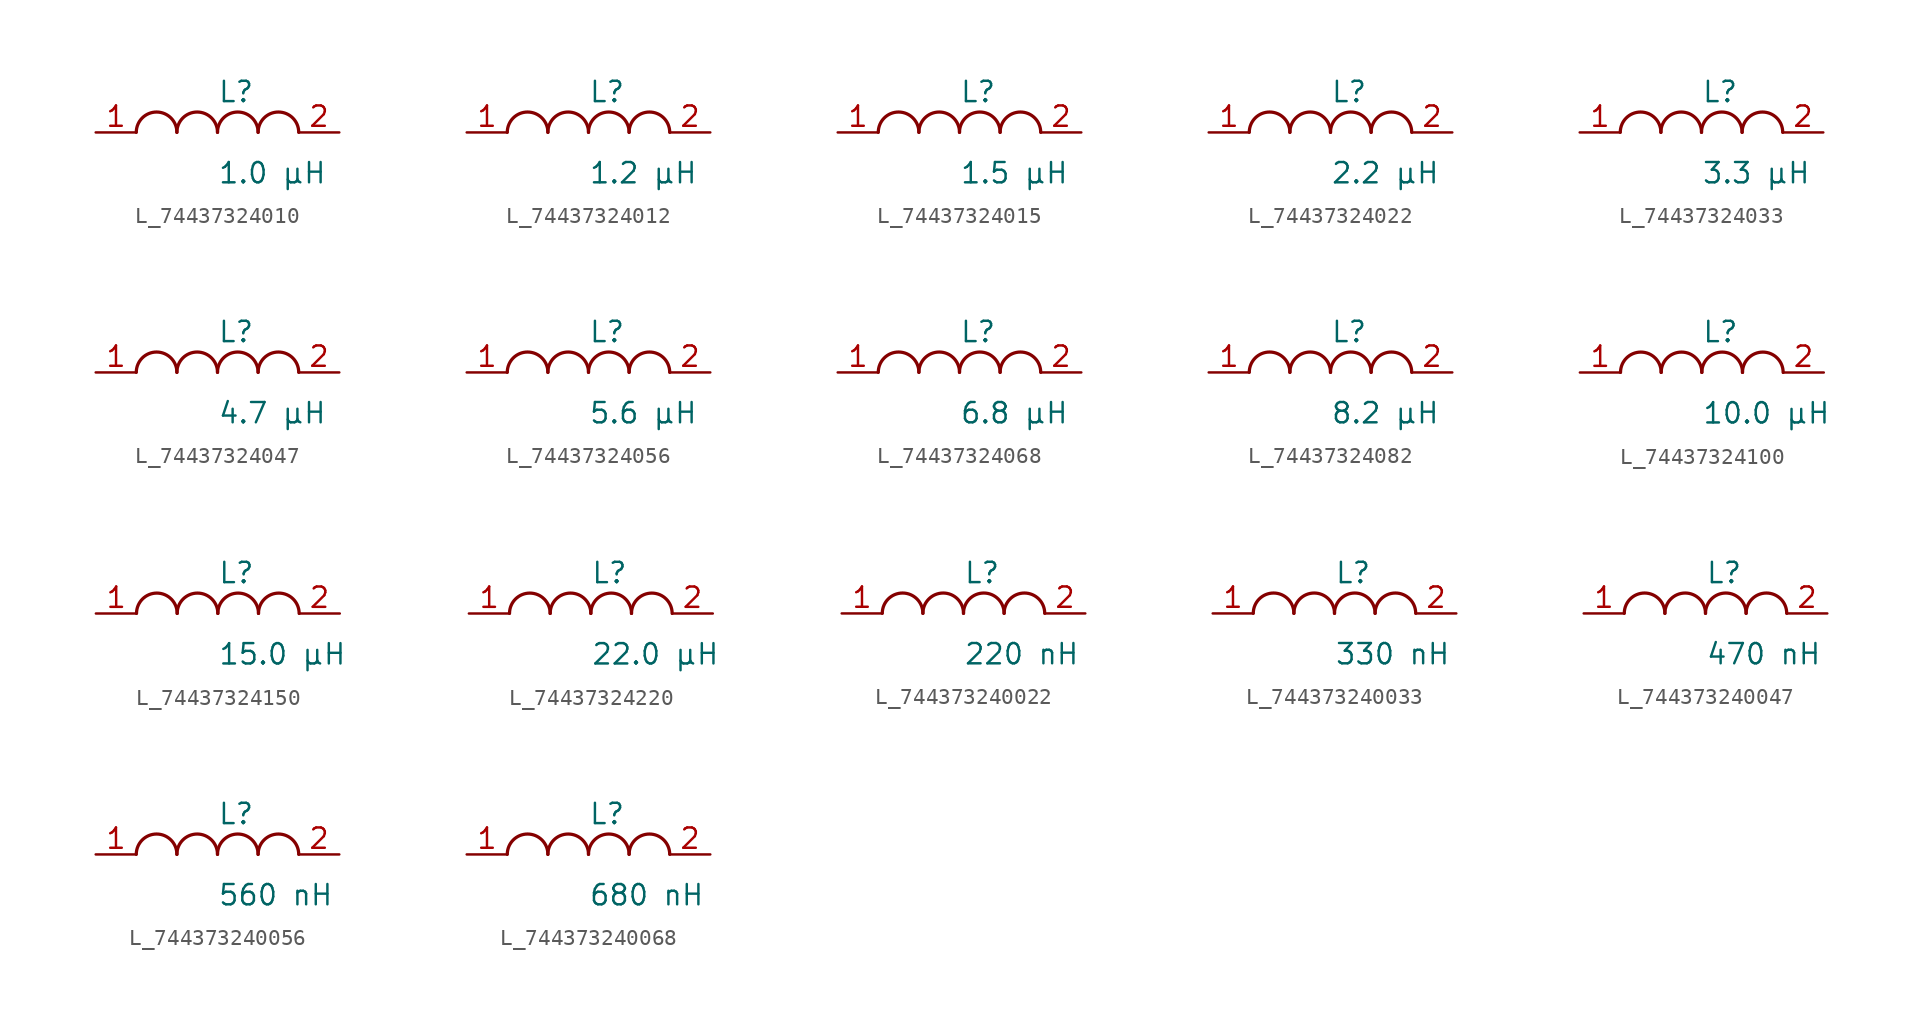
<source format=kicad_sym>
(kicad_symbol_lib
  (version 20231120)
  (generator kicad_symbol_editor)
  (generator_version 8.0)
  (symbol "L_74437324010"
    (pin_names
      (offset 0.254))
    (property "Reference" "L"
      (at 0 2.54 0)
      (effects (font (size 1.27 1.27)) (justify left)))
    (property "Value" "1.0 µH"
      (at 0 -2.54 0)
      (effects (font (size 1.27 1.27)) (justify left)))
    (symbol "L_74437324010_1_1"
      (arc (start -2.54 0.0056) (mid -3.81 1.27) (end -5.08 0.0056) (stroke (width 0.2032) (type default)) (fill (type none)))
      (arc (start 0 0.0056) (mid -1.27 1.27) (end -2.54 0.0056) (stroke (width 0.2032) (type default)) (fill (type none)))
      (arc (start 2.54 0.0056) (mid 1.27 1.27) (end 0 0.0056) (stroke (width 0.2032) (type default)) (fill (type none)))
      (arc (start 5.08 0.0056) (mid 3.81 1.27) (end 2.54 0.0056) (stroke (width 0.2032) (type default)) (fill (type none)))
      (pin unspecified line (at -7.62 0 0) (length 2.54) (name "" (effects (font (size 1.27 1.27)))) (number "1" (effects (font (size 1.27 1.27)))))
      (pin unspecified line (at 7.62 0 180) (length 2.54) (name "" (effects (font (size 1.27 1.27)))) (number "2" (effects (font (size 1.27 1.27)))))))
  (symbol "L_74437324012"
    (pin_names
      (offset 0.254))
    (property "Reference" "L"
      (at 0 2.54 0)
      (effects (font (size 1.27 1.27)) (justify left)))
    (property "Value" "1.2 µH"
      (at 0 -2.54 0)
      (effects (font (size 1.27 1.27)) (justify left)))
    (symbol "L_74437324012_1_1"
      (arc (start -2.54 0.0056) (mid -3.81 1.27) (end -5.08 0.0056) (stroke (width 0.2032) (type default)) (fill (type none)))
      (arc (start 0 0.0056) (mid -1.27 1.27) (end -2.54 0.0056) (stroke (width 0.2032) (type default)) (fill (type none)))
      (arc (start 2.54 0.0056) (mid 1.27 1.27) (end 0 0.0056) (stroke (width 0.2032) (type default)) (fill (type none)))
      (arc (start 5.08 0.0056) (mid 3.81 1.27) (end 2.54 0.0056) (stroke (width 0.2032) (type default)) (fill (type none)))
      (pin unspecified line (at -7.62 0 0) (length 2.54) (name "" (effects (font (size 1.27 1.27)))) (number "1" (effects (font (size 1.27 1.27)))))
      (pin unspecified line (at 7.62 0 180) (length 2.54) (name "" (effects (font (size 1.27 1.27)))) (number "2" (effects (font (size 1.27 1.27)))))))
  (symbol "L_74437324015"
    (pin_names
      (offset 0.254))
    (property "Reference" "L"
      (at 0 2.54 0)
      (effects (font (size 1.27 1.27)) (justify left)))
    (property "Value" "1.5 µH"
      (at 0 -2.54 0)
      (effects (font (size 1.27 1.27)) (justify left)))
    (symbol "L_74437324015_1_1"
      (arc (start -2.54 0.0056) (mid -3.81 1.27) (end -5.08 0.0056) (stroke (width 0.2032) (type default)) (fill (type none)))
      (arc (start 0 0.0056) (mid -1.27 1.27) (end -2.54 0.0056) (stroke (width 0.2032) (type default)) (fill (type none)))
      (arc (start 2.54 0.0056) (mid 1.27 1.27) (end 0 0.0056) (stroke (width 0.2032) (type default)) (fill (type none)))
      (arc (start 5.08 0.0056) (mid 3.81 1.27) (end 2.54 0.0056) (stroke (width 0.2032) (type default)) (fill (type none)))
      (pin unspecified line (at -7.62 0 0) (length 2.54) (name "" (effects (font (size 1.27 1.27)))) (number "1" (effects (font (size 1.27 1.27)))))
      (pin unspecified line (at 7.62 0 180) (length 2.54) (name "" (effects (font (size 1.27 1.27)))) (number "2" (effects (font (size 1.27 1.27)))))))
  (symbol "L_74437324022"
    (pin_names
      (offset 0.254))
    (property "Reference" "L"
      (at 0 2.54 0)
      (effects (font (size 1.27 1.27)) (justify left)))
    (property "Value" "2.2 µH"
      (at 0 -2.54 0)
      (effects (font (size 1.27 1.27)) (justify left)))
    (symbol "L_74437324022_1_1"
      (arc (start -2.54 0.0056) (mid -3.81 1.27) (end -5.08 0.0056) (stroke (width 0.2032) (type default)) (fill (type none)))
      (arc (start 0 0.0056) (mid -1.27 1.27) (end -2.54 0.0056) (stroke (width 0.2032) (type default)) (fill (type none)))
      (arc (start 2.54 0.0056) (mid 1.27 1.27) (end 0 0.0056) (stroke (width 0.2032) (type default)) (fill (type none)))
      (arc (start 5.08 0.0056) (mid 3.81 1.27) (end 2.54 0.0056) (stroke (width 0.2032) (type default)) (fill (type none)))
      (pin unspecified line (at -7.62 0 0) (length 2.54) (name "" (effects (font (size 1.27 1.27)))) (number "1" (effects (font (size 1.27 1.27)))))
      (pin unspecified line (at 7.62 0 180) (length 2.54) (name "" (effects (font (size 1.27 1.27)))) (number "2" (effects (font (size 1.27 1.27)))))))
  (symbol "L_74437324033"
    (pin_names
      (offset 0.254))
    (property "Reference" "L"
      (at 0 2.54 0)
      (effects (font (size 1.27 1.27)) (justify left)))
    (property "Value" "3.3 µH"
      (at 0 -2.54 0)
      (effects (font (size 1.27 1.27)) (justify left)))
    (symbol "L_74437324033_1_1"
      (arc (start -2.54 0.0056) (mid -3.81 1.27) (end -5.08 0.0056) (stroke (width 0.2032) (type default)) (fill (type none)))
      (arc (start 0 0.0056) (mid -1.27 1.27) (end -2.54 0.0056) (stroke (width 0.2032) (type default)) (fill (type none)))
      (arc (start 2.54 0.0056) (mid 1.27 1.27) (end 0 0.0056) (stroke (width 0.2032) (type default)) (fill (type none)))
      (arc (start 5.08 0.0056) (mid 3.81 1.27) (end 2.54 0.0056) (stroke (width 0.2032) (type default)) (fill (type none)))
      (pin unspecified line (at -7.62 0 0) (length 2.54) (name "" (effects (font (size 1.27 1.27)))) (number "1" (effects (font (size 1.27 1.27)))))
      (pin unspecified line (at 7.62 0 180) (length 2.54) (name "" (effects (font (size 1.27 1.27)))) (number "2" (effects (font (size 1.27 1.27)))))))
  (symbol "L_74437324047"
    (pin_names
      (offset 0.254))
    (property "Reference" "L"
      (at 0 2.54 0)
      (effects (font (size 1.27 1.27)) (justify left)))
    (property "Value" "4.7 µH"
      (at 0 -2.54 0)
      (effects (font (size 1.27 1.27)) (justify left)))
    (symbol "L_74437324047_1_1"
      (arc (start -2.54 0.0056) (mid -3.81 1.27) (end -5.08 0.0056) (stroke (width 0.2032) (type default)) (fill (type none)))
      (arc (start 0 0.0056) (mid -1.27 1.27) (end -2.54 0.0056) (stroke (width 0.2032) (type default)) (fill (type none)))
      (arc (start 2.54 0.0056) (mid 1.27 1.27) (end 0 0.0056) (stroke (width 0.2032) (type default)) (fill (type none)))
      (arc (start 5.08 0.0056) (mid 3.81 1.27) (end 2.54 0.0056) (stroke (width 0.2032) (type default)) (fill (type none)))
      (pin unspecified line (at -7.62 0 0) (length 2.54) (name "" (effects (font (size 1.27 1.27)))) (number "1" (effects (font (size 1.27 1.27)))))
      (pin unspecified line (at 7.62 0 180) (length 2.54) (name "" (effects (font (size 1.27 1.27)))) (number "2" (effects (font (size 1.27 1.27)))))))
  (symbol "L_74437324056"
    (pin_names
      (offset 0.254))
    (property "Reference" "L"
      (at 0 2.54 0)
      (effects (font (size 1.27 1.27)) (justify left)))
    (property "Value" "5.6 µH"
      (at 0 -2.54 0)
      (effects (font (size 1.27 1.27)) (justify left)))
    (symbol "L_74437324056_1_1"
      (arc (start -2.54 0.0056) (mid -3.81 1.27) (end -5.08 0.0056) (stroke (width 0.2032) (type default)) (fill (type none)))
      (arc (start 0 0.0056) (mid -1.27 1.27) (end -2.54 0.0056) (stroke (width 0.2032) (type default)) (fill (type none)))
      (arc (start 2.54 0.0056) (mid 1.27 1.27) (end 0 0.0056) (stroke (width 0.2032) (type default)) (fill (type none)))
      (arc (start 5.08 0.0056) (mid 3.81 1.27) (end 2.54 0.0056) (stroke (width 0.2032) (type default)) (fill (type none)))
      (pin unspecified line (at -7.62 0 0) (length 2.54) (name "" (effects (font (size 1.27 1.27)))) (number "1" (effects (font (size 1.27 1.27)))))
      (pin unspecified line (at 7.62 0 180) (length 2.54) (name "" (effects (font (size 1.27 1.27)))) (number "2" (effects (font (size 1.27 1.27)))))))
  (symbol "L_74437324068"
    (pin_names
      (offset 0.254))
    (property "Reference" "L"
      (at 0 2.54 0)
      (effects (font (size 1.27 1.27)) (justify left)))
    (property "Value" "6.8 µH"
      (at 0 -2.54 0)
      (effects (font (size 1.27 1.27)) (justify left)))
    (symbol "L_74437324068_1_1"
      (arc (start -2.54 0.0056) (mid -3.81 1.27) (end -5.08 0.0056) (stroke (width 0.2032) (type default)) (fill (type none)))
      (arc (start 0 0.0056) (mid -1.27 1.27) (end -2.54 0.0056) (stroke (width 0.2032) (type default)) (fill (type none)))
      (arc (start 2.54 0.0056) (mid 1.27 1.27) (end 0 0.0056) (stroke (width 0.2032) (type default)) (fill (type none)))
      (arc (start 5.08 0.0056) (mid 3.81 1.27) (end 2.54 0.0056) (stroke (width 0.2032) (type default)) (fill (type none)))
      (pin unspecified line (at -7.62 0 0) (length 2.54) (name "" (effects (font (size 1.27 1.27)))) (number "1" (effects (font (size 1.27 1.27)))))
      (pin unspecified line (at 7.62 0 180) (length 2.54) (name "" (effects (font (size 1.27 1.27)))) (number "2" (effects (font (size 1.27 1.27)))))))
  (symbol "L_74437324082"
    (pin_names
      (offset 0.254))
    (property "Reference" "L"
      (at 0 2.54 0)
      (effects (font (size 1.27 1.27)) (justify left)))
    (property "Value" "8.2 µH"
      (at 0 -2.54 0)
      (effects (font (size 1.27 1.27)) (justify left)))
    (symbol "L_74437324082_1_1"
      (arc (start -2.54 0.0056) (mid -3.81 1.27) (end -5.08 0.0056) (stroke (width 0.2032) (type default)) (fill (type none)))
      (arc (start 0 0.0056) (mid -1.27 1.27) (end -2.54 0.0056) (stroke (width 0.2032) (type default)) (fill (type none)))
      (arc (start 2.54 0.0056) (mid 1.27 1.27) (end 0 0.0056) (stroke (width 0.2032) (type default)) (fill (type none)))
      (arc (start 5.08 0.0056) (mid 3.81 1.27) (end 2.54 0.0056) (stroke (width 0.2032) (type default)) (fill (type none)))
      (pin unspecified line (at -7.62 0 0) (length 2.54) (name "" (effects (font (size 1.27 1.27)))) (number "1" (effects (font (size 1.27 1.27)))))
      (pin unspecified line (at 7.62 0 180) (length 2.54) (name "" (effects (font (size 1.27 1.27)))) (number "2" (effects (font (size 1.27 1.27)))))))
  (symbol "L_74437324100"
    (pin_names
      (offset 0.254))
    (property "Reference" "L"
      (at 0 2.54 0)
      (effects (font (size 1.27 1.27)) (justify left)))
    (property "Value" "10.0 µH"
      (at 0 -2.54 0)
      (effects (font (size 1.27 1.27)) (justify left)))
    (symbol "L_74437324100_1_1"
      (arc (start -2.54 0.0056) (mid -3.81 1.27) (end -5.08 0.0056) (stroke (width 0.2032) (type default)) (fill (type none)))
      (arc (start 0 0.0056) (mid -1.27 1.27) (end -2.54 0.0056) (stroke (width 0.2032) (type default)) (fill (type none)))
      (arc (start 2.54 0.0056) (mid 1.27 1.27) (end 0 0.0056) (stroke (width 0.2032) (type default)) (fill (type none)))
      (arc (start 5.08 0.0056) (mid 3.81 1.27) (end 2.54 0.0056) (stroke (width 0.2032) (type default)) (fill (type none)))
      (pin unspecified line (at -7.62 0 0) (length 2.54) (name "" (effects (font (size 1.27 1.27)))) (number "1" (effects (font (size 1.27 1.27)))))
      (pin unspecified line (at 7.62 0 180) (length 2.54) (name "" (effects (font (size 1.27 1.27)))) (number "2" (effects (font (size 1.27 1.27)))))))
  (symbol "L_74437324150"
    (pin_names
      (offset 0.254))
    (property "Reference" "L"
      (at 0 2.54 0)
      (effects (font (size 1.27 1.27)) (justify left)))
    (property "Value" "15.0 µH"
      (at 0 -2.54 0)
      (effects (font (size 1.27 1.27)) (justify left)))
    (symbol "L_74437324150_1_1"
      (arc (start -2.54 0.0056) (mid -3.81 1.27) (end -5.08 0.0056) (stroke (width 0.2032) (type default)) (fill (type none)))
      (arc (start 0 0.0056) (mid -1.27 1.27) (end -2.54 0.0056) (stroke (width 0.2032) (type default)) (fill (type none)))
      (arc (start 2.54 0.0056) (mid 1.27 1.27) (end 0 0.0056) (stroke (width 0.2032) (type default)) (fill (type none)))
      (arc (start 5.08 0.0056) (mid 3.81 1.27) (end 2.54 0.0056) (stroke (width 0.2032) (type default)) (fill (type none)))
      (pin unspecified line (at -7.62 0 0) (length 2.54) (name "" (effects (font (size 1.27 1.27)))) (number "1" (effects (font (size 1.27 1.27)))))
      (pin unspecified line (at 7.62 0 180) (length 2.54) (name "" (effects (font (size 1.27 1.27)))) (number "2" (effects (font (size 1.27 1.27)))))))
  (symbol "L_74437324220"
    (pin_names
      (offset 0.254))
    (property "Reference" "L"
      (at 0 2.54 0)
      (effects (font (size 1.27 1.27)) (justify left)))
    (property "Value" "22.0 µH"
      (at 0 -2.54 0)
      (effects (font (size 1.27 1.27)) (justify left)))
    (symbol "L_74437324220_1_1"
      (arc (start -2.54 0.0056) (mid -3.81 1.27) (end -5.08 0.0056) (stroke (width 0.2032) (type default)) (fill (type none)))
      (arc (start 0 0.0056) (mid -1.27 1.27) (end -2.54 0.0056) (stroke (width 0.2032) (type default)) (fill (type none)))
      (arc (start 2.54 0.0056) (mid 1.27 1.27) (end 0 0.0056) (stroke (width 0.2032) (type default)) (fill (type none)))
      (arc (start 5.08 0.0056) (mid 3.81 1.27) (end 2.54 0.0056) (stroke (width 0.2032) (type default)) (fill (type none)))
      (pin unspecified line (at -7.62 0 0) (length 2.54) (name "" (effects (font (size 1.27 1.27)))) (number "1" (effects (font (size 1.27 1.27)))))
      (pin unspecified line (at 7.62 0 180) (length 2.54) (name "" (effects (font (size 1.27 1.27)))) (number "2" (effects (font (size 1.27 1.27)))))))
  (symbol "L_744373240022"
    (pin_names
      (offset 0.254))
    (property "Reference" "L"
      (at 0 2.54 0)
      (effects (font (size 1.27 1.27)) (justify left)))
    (property "Value" "220 nH"
      (at 0 -2.54 0)
      (effects (font (size 1.27 1.27)) (justify left)))
    (symbol "L_744373240022_1_1"
      (arc (start -2.54 0.0056) (mid -3.81 1.27) (end -5.08 0.0056) (stroke (width 0.2032) (type default)) (fill (type none)))
      (arc (start 0 0.0056) (mid -1.27 1.27) (end -2.54 0.0056) (stroke (width 0.2032) (type default)) (fill (type none)))
      (arc (start 2.54 0.0056) (mid 1.27 1.27) (end 0 0.0056) (stroke (width 0.2032) (type default)) (fill (type none)))
      (arc (start 5.08 0.0056) (mid 3.81 1.27) (end 2.54 0.0056) (stroke (width 0.2032) (type default)) (fill (type none)))
      (pin unspecified line (at -7.62 0 0) (length 2.54) (name "" (effects (font (size 1.27 1.27)))) (number "1" (effects (font (size 1.27 1.27)))))
      (pin unspecified line (at 7.62 0 180) (length 2.54) (name "" (effects (font (size 1.27 1.27)))) (number "2" (effects (font (size 1.27 1.27)))))))
  (symbol "L_744373240033"
    (pin_names
      (offset 0.254))
    (property "Reference" "L"
      (at 0 2.54 0)
      (effects (font (size 1.27 1.27)) (justify left)))
    (property "Value" "330 nH"
      (at 0 -2.54 0)
      (effects (font (size 1.27 1.27)) (justify left)))
    (symbol "L_744373240033_1_1"
      (arc (start -2.54 0.0056) (mid -3.81 1.27) (end -5.08 0.0056) (stroke (width 0.2032) (type default)) (fill (type none)))
      (arc (start 0 0.0056) (mid -1.27 1.27) (end -2.54 0.0056) (stroke (width 0.2032) (type default)) (fill (type none)))
      (arc (start 2.54 0.0056) (mid 1.27 1.27) (end 0 0.0056) (stroke (width 0.2032) (type default)) (fill (type none)))
      (arc (start 5.08 0.0056) (mid 3.81 1.27) (end 2.54 0.0056) (stroke (width 0.2032) (type default)) (fill (type none)))
      (pin unspecified line (at -7.62 0 0) (length 2.54) (name "" (effects (font (size 1.27 1.27)))) (number "1" (effects (font (size 1.27 1.27)))))
      (pin unspecified line (at 7.62 0 180) (length 2.54) (name "" (effects (font (size 1.27 1.27)))) (number "2" (effects (font (size 1.27 1.27)))))))
  (symbol "L_744373240047"
    (pin_names
      (offset 0.254))
    (property "Reference" "L"
      (at 0 2.54 0)
      (effects (font (size 1.27 1.27)) (justify left)))
    (property "Value" "470 nH"
      (at 0 -2.54 0)
      (effects (font (size 1.27 1.27)) (justify left)))
    (symbol "L_744373240047_1_1"
      (arc (start -2.54 0.0056) (mid -3.81 1.27) (end -5.08 0.0056) (stroke (width 0.2032) (type default)) (fill (type none)))
      (arc (start 0 0.0056) (mid -1.27 1.27) (end -2.54 0.0056) (stroke (width 0.2032) (type default)) (fill (type none)))
      (arc (start 2.54 0.0056) (mid 1.27 1.27) (end 0 0.0056) (stroke (width 0.2032) (type default)) (fill (type none)))
      (arc (start 5.08 0.0056) (mid 3.81 1.27) (end 2.54 0.0056) (stroke (width 0.2032) (type default)) (fill (type none)))
      (pin unspecified line (at -7.62 0 0) (length 2.54) (name "" (effects (font (size 1.27 1.27)))) (number "1" (effects (font (size 1.27 1.27)))))
      (pin unspecified line (at 7.62 0 180) (length 2.54) (name "" (effects (font (size 1.27 1.27)))) (number "2" (effects (font (size 1.27 1.27)))))))
  (symbol "L_744373240056"
    (pin_names
      (offset 0.254))
    (property "Reference" "L"
      (at 0 2.54 0)
      (effects (font (size 1.27 1.27)) (justify left)))
    (property "Value" "560 nH"
      (at 0 -2.54 0)
      (effects (font (size 1.27 1.27)) (justify left)))
    (symbol "L_744373240056_1_1"
      (arc (start -2.54 0.0056) (mid -3.81 1.27) (end -5.08 0.0056) (stroke (width 0.2032) (type default)) (fill (type none)))
      (arc (start 0 0.0056) (mid -1.27 1.27) (end -2.54 0.0056) (stroke (width 0.2032) (type default)) (fill (type none)))
      (arc (start 2.54 0.0056) (mid 1.27 1.27) (end 0 0.0056) (stroke (width 0.2032) (type default)) (fill (type none)))
      (arc (start 5.08 0.0056) (mid 3.81 1.27) (end 2.54 0.0056) (stroke (width 0.2032) (type default)) (fill (type none)))
      (pin unspecified line (at -7.62 0 0) (length 2.54) (name "" (effects (font (size 1.27 1.27)))) (number "1" (effects (font (size 1.27 1.27)))))
      (pin unspecified line (at 7.62 0 180) (length 2.54) (name "" (effects (font (size 1.27 1.27)))) (number "2" (effects (font (size 1.27 1.27)))))))
  (symbol "L_744373240068"
    (pin_names
      (offset 0.254))
    (property "Reference" "L"
      (at 0 2.54 0)
      (effects (font (size 1.27 1.27)) (justify left)))
    (property "Value" "680 nH"
      (at 0 -2.54 0)
      (effects (font (size 1.27 1.27)) (justify left)))
    (symbol "L_744373240068_1_1"
      (arc (start -2.54 0.0056) (mid -3.81 1.27) (end -5.08 0.0056) (stroke (width 0.2032) (type default)) (fill (type none)))
      (arc (start 0 0.0056) (mid -1.27 1.27) (end -2.54 0.0056) (stroke (width 0.2032) (type default)) (fill (type none)))
      (arc (start 2.54 0.0056) (mid 1.27 1.27) (end 0 0.0056) (stroke (width 0.2032) (type default)) (fill (type none)))
      (arc (start 5.08 0.0056) (mid 3.81 1.27) (end 2.54 0.0056) (stroke (width 0.2032) (type default)) (fill (type none)))
      (pin unspecified line (at -7.62 0 0) (length 2.54) (name "" (effects (font (size 1.27 1.27)))) (number "1" (effects (font (size 1.27 1.27)))))
      (pin unspecified line (at 7.62 0 180) (length 2.54) (name "" (effects (font (size 1.27 1.27)))) (number "2" (effects (font (size 1.27 1.27))))))))
</source>
